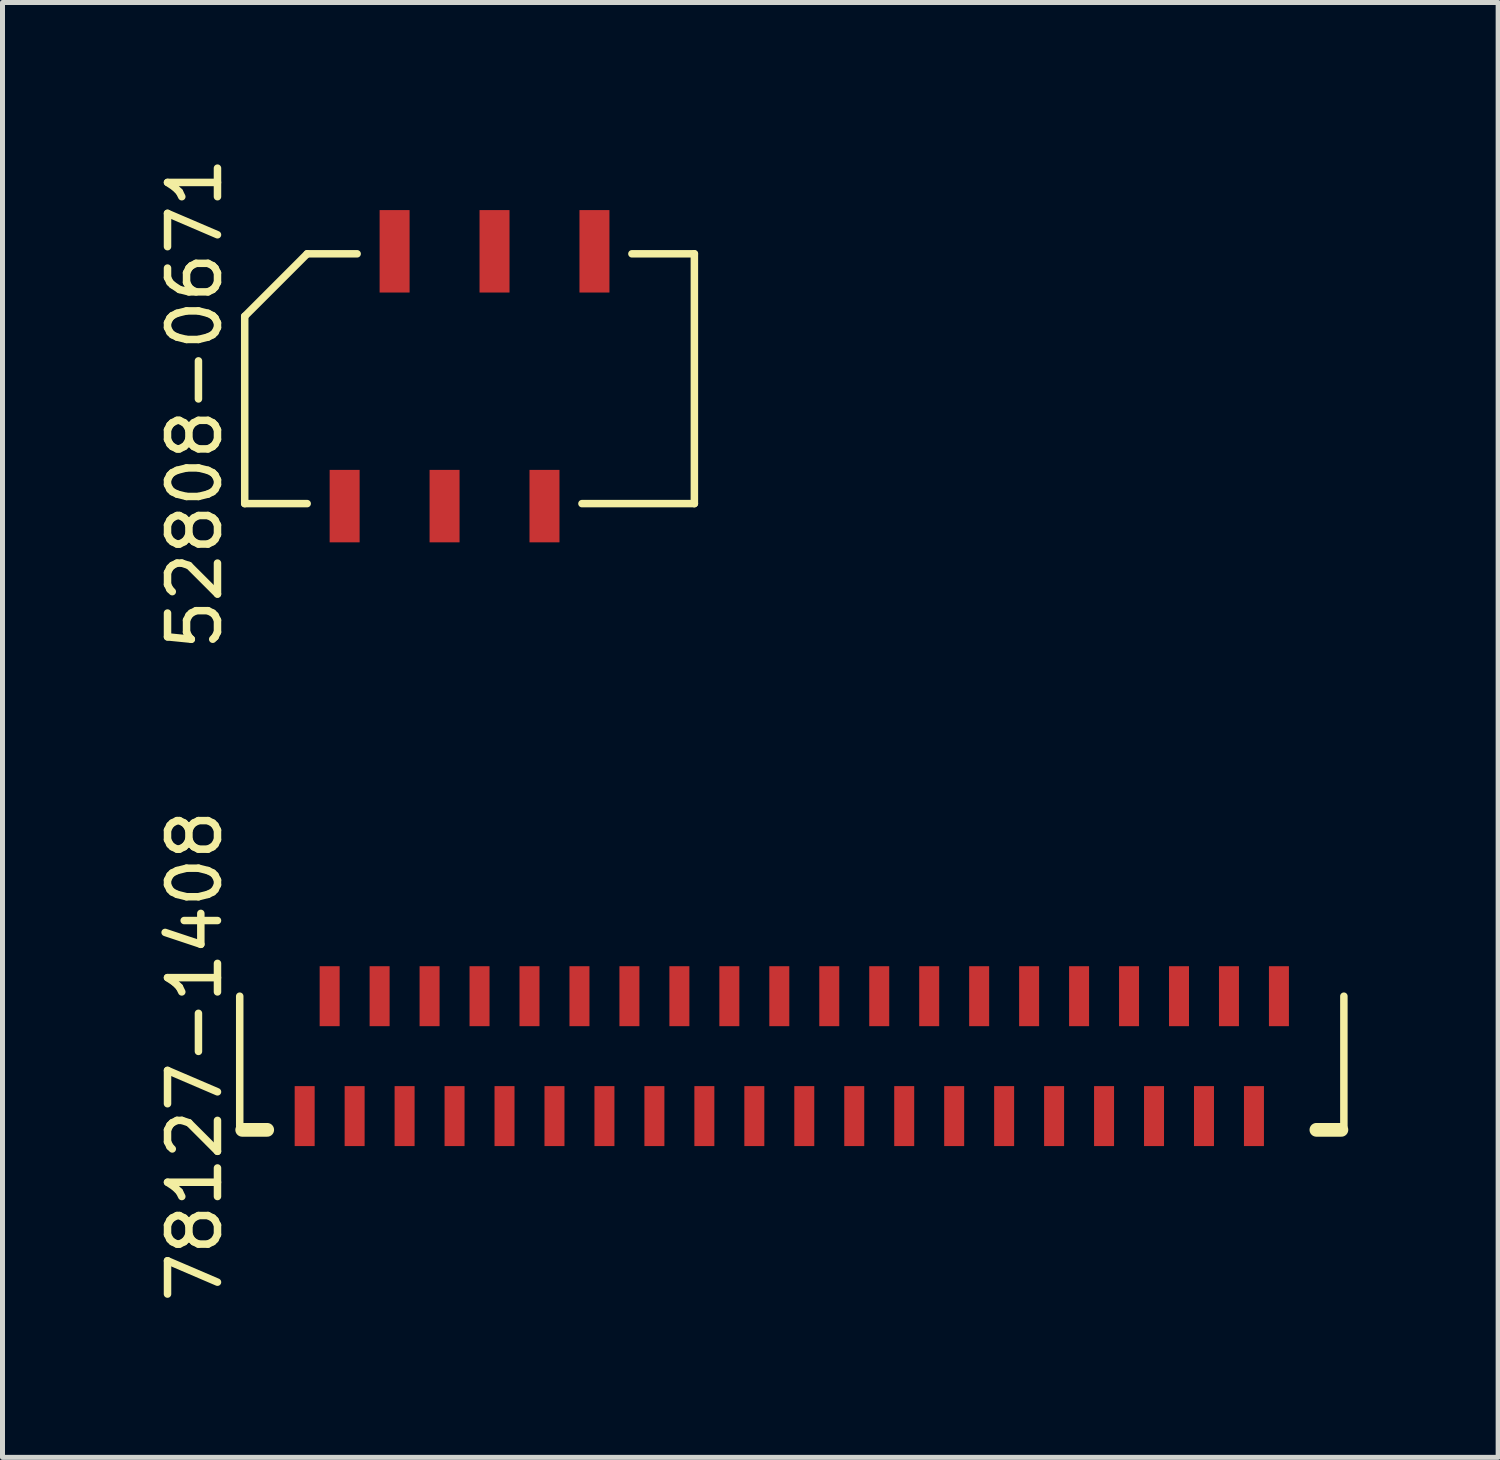
<source format=kicad_pcb>
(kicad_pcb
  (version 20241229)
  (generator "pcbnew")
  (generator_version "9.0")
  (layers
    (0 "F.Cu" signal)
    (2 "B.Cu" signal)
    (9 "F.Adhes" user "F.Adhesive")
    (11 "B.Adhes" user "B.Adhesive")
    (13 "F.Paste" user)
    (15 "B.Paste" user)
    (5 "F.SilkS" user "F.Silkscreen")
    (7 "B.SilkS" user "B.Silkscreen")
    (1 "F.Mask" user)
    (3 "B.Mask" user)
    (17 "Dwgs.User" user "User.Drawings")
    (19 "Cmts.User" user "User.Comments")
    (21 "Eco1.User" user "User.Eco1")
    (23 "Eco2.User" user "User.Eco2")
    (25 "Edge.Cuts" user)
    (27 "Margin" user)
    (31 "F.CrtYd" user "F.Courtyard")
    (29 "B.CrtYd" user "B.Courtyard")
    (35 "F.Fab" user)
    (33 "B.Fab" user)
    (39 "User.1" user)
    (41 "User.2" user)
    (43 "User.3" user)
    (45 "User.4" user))
  (footprint "52808-0671"
    (layer "F.Cu")
    (at 6.348 4.53)
    (property "Reference" "52808-0671" (at -5.5 0.5 90) (layer "F.SilkS") (effects (font (size 1 1) (thickness 0.15))))
    (attr through_hole)
    (fp_line (start -4.5 -1.25) (end -3.25 -2.5) (stroke (width 0.15) (type solid)) (layer "F.SilkS"))
    (fp_line (start -4.5 2.5) (end -4.5 -1.25) (stroke (width 0.15) (type solid)) (layer "F.SilkS"))
    (fp_line (start -4.5 2.5) (end -3.25 2.5) (stroke (width 0.15) (type solid)) (layer "F.SilkS"))
    (fp_line (start -3.25 -2.5) (end -2.25 -2.5) (stroke (width 0.15) (type solid)) (layer "F.SilkS"))
    (fp_line (start 2.25 2.5) (end 4.5 2.5) (stroke (width 0.15) (type solid)) (layer "F.SilkS"))
    (fp_line (start 4.5 -2.5) (end 3.25 -2.5) (stroke (width 0.15) (type solid)) (layer "F.SilkS"))
    (fp_line (start 4.5 2.5) (end 4.5 -2.5) (stroke (width 0.15) (type solid)) (layer "F.SilkS"))
    (pad "1" smd rect (at -2.5 2.55) (size 0.6 1.45) (layers "F.Cu" "F.Mask" "F.Paste"))
    (pad "2" smd rect (at -1.5 -2.55) (size 0.6 1.65) (layers "F.Cu" "F.Mask" "F.Paste"))
    (pad "3" smd rect (at -0.5 2.55) (size 0.6 1.45) (layers "F.Cu" "F.Mask" "F.Paste"))
    (pad "4" smd rect (at 0.5 -2.55) (size 0.6 1.65) (layers "F.Cu" "F.Mask" "F.Paste"))
    (pad "5" smd rect (at 1.5 2.55) (size 0.6 1.45) (layers "F.Cu" "F.Mask" "F.Paste"))
    (pad "6" smd rect (at 2.5 -2.55) (size 0.6 1.65) (layers "F.Cu" "F.Mask" "F.Paste")))
  (footprint "78127-1408"
    (layer "F.Cu")
    (at 12.798 18.089)
    (property "Reference" "78127-1408" (at -11.95 0 90) (layer "F.SilkS") (effects (font (size 1 1) (thickness 0.15))))
    (attr through_hole)
    (fp_line (start -11.05 -1.2) (end -11.05 1.4) (stroke (width 0.15) (type solid)) (layer "F.SilkS"))
    (fp_line (start -11 1.475) (end -10.5 1.475) (stroke (width 0.275) (type solid)) (layer "F.SilkS"))
    (fp_line (start 10.5 1.475) (end 11 1.475) (stroke (width 0.275) (type solid)) (layer "F.SilkS"))
    (fp_line (start 11.05 1.4) (end 11.05 -1.2) (stroke (width 0.15) (type solid)) (layer "F.SilkS"))
    (pad "1" smd rect (at -9.75 1.2) (size 0.4 1.2) (layers "F.Cu" "F.Mask" "F.Paste"))
    (pad "2" smd rect (at -9.25 -1.2) (size 0.4 1.2) (layers "F.Cu" "F.Mask" "F.Paste"))
    (pad "3" smd rect (at -8.75 1.2) (size 0.4 1.2) (layers "F.Cu" "F.Mask" "F.Paste"))
    (pad "4" smd rect (at -8.25 -1.2) (size 0.4 1.2) (layers "F.Cu" "F.Mask" "F.Paste"))
    (pad "5" smd rect (at -7.75 1.2) (size 0.4 1.2) (layers "F.Cu" "F.Mask" "F.Paste"))
    (pad "6" smd rect (at -7.25 -1.2) (size 0.4 1.2) (layers "F.Cu" "F.Mask" "F.Paste"))
    (pad "7" smd rect (at -6.75 1.2) (size 0.4 1.2) (layers "F.Cu" "F.Mask" "F.Paste"))
    (pad "8" smd rect (at -6.25 -1.2) (size 0.4 1.2) (layers "F.Cu" "F.Mask" "F.Paste"))
    (pad "9" smd rect (at -5.75 1.2) (size 0.4 1.2) (layers "F.Cu" "F.Mask" "F.Paste"))
    (pad "10" smd rect (at -5.25 -1.2) (size 0.4 1.2) (layers "F.Cu" "F.Mask" "F.Paste"))
    (pad "11" smd rect (at -4.75 1.2) (size 0.4 1.2) (layers "F.Cu" "F.Mask" "F.Paste"))
    (pad "12" smd rect (at -4.25 -1.2) (size 0.4 1.2) (layers "F.Cu" "F.Mask" "F.Paste"))
    (pad "13" smd rect (at -3.75 1.2) (size 0.4 1.2) (layers "F.Cu" "F.Mask" "F.Paste"))
    (pad "14" smd rect (at -3.25 -1.2) (size 0.4 1.2) (layers "F.Cu" "F.Mask" "F.Paste"))
    (pad "15" smd rect (at -2.75 1.2) (size 0.4 1.2) (layers "F.Cu" "F.Mask" "F.Paste"))
    (pad "16" smd rect (at -2.25 -1.2) (size 0.4 1.2) (layers "F.Cu" "F.Mask" "F.Paste"))
    (pad "17" smd rect (at -1.75 1.2) (size 0.4 1.2) (layers "F.Cu" "F.Mask" "F.Paste"))
    (pad "18" smd rect (at -1.25 -1.2) (size 0.4 1.2) (layers "F.Cu" "F.Mask" "F.Paste"))
    (pad "19" smd rect (at -0.75 1.2) (size 0.4 1.2) (layers "F.Cu" "F.Mask" "F.Paste"))
    (pad "20" smd rect (at -0.25 -1.2) (size 0.4 1.2) (layers "F.Cu" "F.Mask" "F.Paste"))
    (pad "21" smd rect (at 0.25 1.2) (size 0.4 1.2) (layers "F.Cu" "F.Mask" "F.Paste"))
    (pad "22" smd rect (at 0.75 -1.2) (size 0.4 1.2) (layers "F.Cu" "F.Mask" "F.Paste"))
    (pad "23" smd rect (at 1.25 1.2) (size 0.4 1.2) (layers "F.Cu" "F.Mask" "F.Paste"))
    (pad "24" smd rect (at 1.75 -1.2) (size 0.4 1.2) (layers "F.Cu" "F.Mask" "F.Paste"))
    (pad "25" smd rect (at 2.25 1.2) (size 0.4 1.2) (layers "F.Cu" "F.Mask" "F.Paste"))
    (pad "26" smd rect (at 2.75 -1.2) (size 0.4 1.2) (layers "F.Cu" "F.Mask" "F.Paste"))
    (pad "27" smd rect (at 3.25 1.2) (size 0.4 1.2) (layers "F.Cu" "F.Mask" "F.Paste"))
    (pad "28" smd rect (at 3.75 -1.2) (size 0.4 1.2) (layers "F.Cu" "F.Mask" "F.Paste"))
    (pad "29" smd rect (at 4.25 1.2) (size 0.4 1.2) (layers "F.Cu" "F.Mask" "F.Paste"))
    (pad "30" smd rect (at 4.75 -1.2) (size 0.4 1.2) (layers "F.Cu" "F.Mask" "F.Paste"))
    (pad "31" smd rect (at 5.25 1.2) (size 0.4 1.2) (layers "F.Cu" "F.Mask" "F.Paste"))
    (pad "32" smd rect (at 5.75 -1.2) (size 0.4 1.2) (layers "F.Cu" "F.Mask" "F.Paste"))
    (pad "33" smd rect (at 6.25 1.2) (size 0.4 1.2) (layers "F.Cu" "F.Mask" "F.Paste"))
    (pad "34" smd rect (at 6.75 -1.2) (size 0.4 1.2) (layers "F.Cu" "F.Mask" "F.Paste"))
    (pad "35" smd rect (at 7.25 1.2) (size 0.4 1.2) (layers "F.Cu" "F.Mask" "F.Paste"))
    (pad "36" smd rect (at 7.75 -1.2) (size 0.4 1.2) (layers "F.Cu" "F.Mask" "F.Paste"))
    (pad "37" smd rect (at 8.25 1.2) (size 0.4 1.2) (layers "F.Cu" "F.Mask" "F.Paste"))
    (pad "38" smd rect (at 8.75 -1.2) (size 0.4 1.2) (layers "F.Cu" "F.Mask" "F.Paste"))
    (pad "39" smd rect (at 9.25 1.2) (size 0.4 1.2) (layers "F.Cu" "F.Mask" "F.Paste"))
    (pad "40" smd rect (at 9.75 -1.2) (size 0.4 1.2) (layers "F.Cu" "F.Mask" "F.Paste")))
  (gr_rect
    (start -3 -3)
    (end 26.936 26.119)
    (stroke (width 0.1) (type default))
    (fill no)
    (layer "Edge.Cuts")))
</source>
